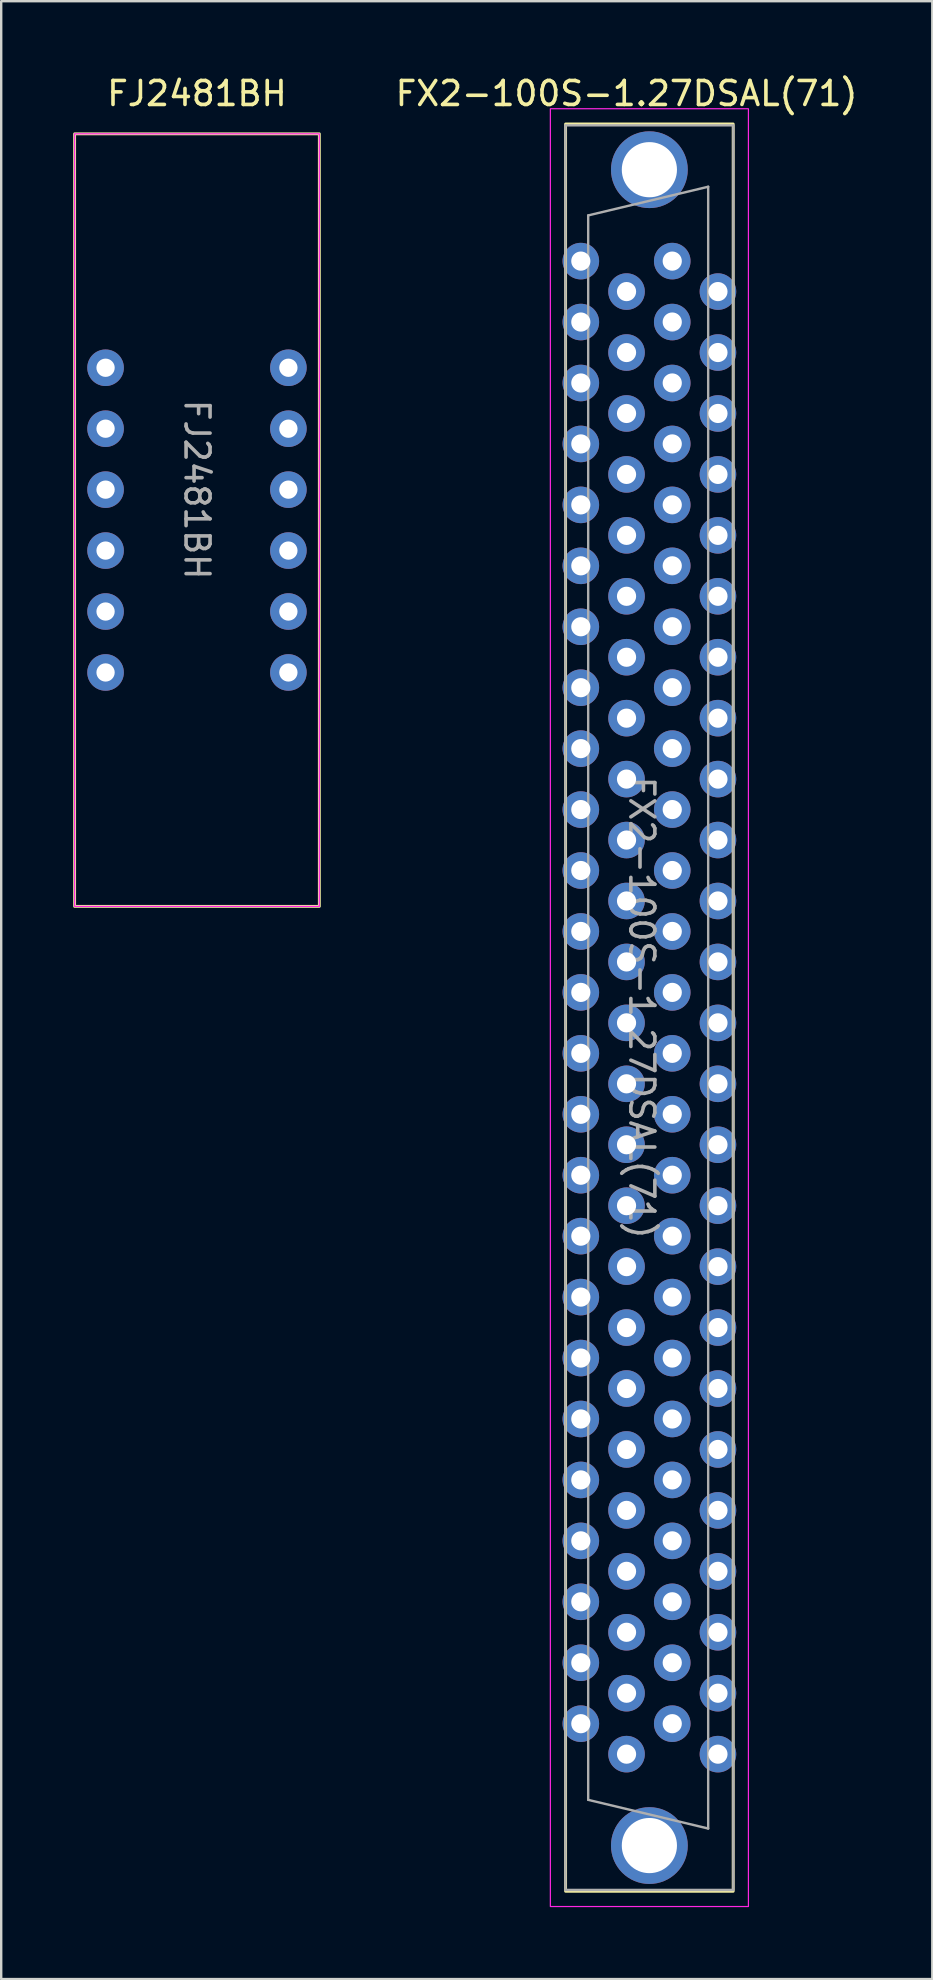
<source format=kicad_pcb>
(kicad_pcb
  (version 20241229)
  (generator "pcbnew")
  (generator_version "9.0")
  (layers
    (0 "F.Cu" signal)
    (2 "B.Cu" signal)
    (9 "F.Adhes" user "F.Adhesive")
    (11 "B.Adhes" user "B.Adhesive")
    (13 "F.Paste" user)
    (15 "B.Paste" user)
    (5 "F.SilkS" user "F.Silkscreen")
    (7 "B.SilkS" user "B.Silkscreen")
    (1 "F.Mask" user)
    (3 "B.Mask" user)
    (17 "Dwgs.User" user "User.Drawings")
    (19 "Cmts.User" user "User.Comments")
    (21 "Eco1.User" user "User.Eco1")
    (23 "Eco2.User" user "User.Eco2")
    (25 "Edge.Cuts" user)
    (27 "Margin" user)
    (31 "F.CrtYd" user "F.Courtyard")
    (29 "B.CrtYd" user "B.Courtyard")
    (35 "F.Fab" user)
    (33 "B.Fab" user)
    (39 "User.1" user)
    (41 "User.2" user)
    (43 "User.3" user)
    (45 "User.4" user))
  (footprint "FJ2481BH"
    (layer "F.Cu")
    (at 1.35 12.278)
    (property "Reference" "FJ2481BH" (at 3.81 -11.43 0) (unlocked yes) (layer "F.SilkS") (effects (font (size 1 1) (thickness 0.15))))
    (attr through_hole)
    (fp_rect (start -1.29 -9.75) (end 8.91 22.45) (stroke (width 0.12) (type solid)) (fill no) (layer "F.SilkS"))
    (fp_rect (start -1.29 -9.75) (end 8.91 22.45) (stroke (width 0.05) (type solid)) (fill no) (layer "F.CrtYd"))
    (fp_text user "${REFERENCE}" (at 3.81 5.08 270) (unlocked yes) (layer "F.Fab") (effects (font (size 1 1) (thickness 0.15))))
    (pad "1" thru_hole circle (at 0 0) (size 1.524 1.524) (drill 0.762) (layers "*.Cu" "*.Mask"))
    (pad "2" thru_hole circle (at 0 2.54) (size 1.524 1.524) (drill 0.762) (layers "*.Cu" "*.Mask"))
    (pad "3" thru_hole circle (at 0 5.08) (size 1.524 1.524) (drill 0.762) (layers "*.Cu" "*.Mask"))
    (pad "4" thru_hole circle (at 0 7.62) (size 1.524 1.524) (drill 0.762) (layers "*.Cu" "*.Mask"))
    (pad "5" thru_hole circle (at 0 10.16) (size 1.524 1.524) (drill 0.762) (layers "*.Cu" "*.Mask"))
    (pad "6" thru_hole circle (at 0 12.7) (size 1.524 1.524) (drill 0.762) (layers "*.Cu" "*.Mask"))
    (pad "7" thru_hole circle (at 7.62 12.7) (size 1.524 1.524) (drill 0.762) (layers "*.Cu" "*.Mask"))
    (pad "8" thru_hole circle (at 7.62 10.16) (size 1.524 1.524) (drill 0.762) (layers "*.Cu" "*.Mask"))
    (pad "9" thru_hole circle (at 7.62 7.62) (size 1.524 1.524) (drill 0.762) (layers "*.Cu" "*.Mask"))
    (pad "10" thru_hole circle (at 7.62 5.08) (size 1.524 1.524) (drill 0.762) (layers "*.Cu" "*.Mask"))
    (pad "11" thru_hole circle (at 7.62 2.54) (size 1.524 1.524) (drill 0.762) (layers "*.Cu" "*.Mask"))
    (pad "12" thru_hole circle (at 7.62 0) (size 1.524 1.524) (drill 0.762) (layers "*.Cu" "*.Mask")))
  (footprint "FX2-100S-1.27DSAL(71)"
    (layer "F.Cu")
    (at 21.159 7.833)
    (property "Reference" "FX2-100S-1.27DSAL(71)" (at 1.905 -6.985 0) (unlocked yes) (layer "F.SilkS") (effects (font (size 1 1) (thickness 0.15))))
    (attr through_hole)
    (fp_rect (start -0.635 -5.715) (end 6.35 67.945) (stroke (width 0.12) (type solid)) (fill no) (layer "F.SilkS"))
    (fp_rect (start -1.27 -6.35) (end 6.985 68.58) (stroke (width 0.05) (type solid)) (fill no) (layer "F.CrtYd"))
    (fp_line (start 0.307 -1.905) (end 0.307 64.135) (stroke (width 0.1) (type solid)) (layer "F.Fab"))
    (fp_line (start 0.307 -1.905) (end 5.308 -3.1) (stroke (width 0.1) (type solid)) (layer "F.Fab"))
    (fp_line (start 0.307 64.135) (end 5.308 65.33) (stroke (width 0.1) (type solid)) (layer "F.Fab"))
    (fp_line (start 5.308 -3.1) (end 5.308 65.33) (stroke (width 0.1) (type solid)) (layer "F.Fab"))
    (fp_rect (start -0.642 -5.66) (end 6.357 67.89) (stroke (width 0.1) (type solid)) (fill no) (layer "F.Fab"))
    (fp_text user "${REFERENCE}" (at 2.54 31.115 270) (unlocked yes) (layer "F.Fab") (effects (font (size 1 1) (thickness 0.15))))
    (pad "a1" thru_hole circle (at 3.81 0) (size 1.524 1.524) (drill 0.8) (layers "*.Cu" "*.Mask"))
    (pad "a2" thru_hole circle (at 5.715 1.27) (size 1.524 1.524) (drill 0.8) (layers "*.Cu" "*.Mask"))
    (pad "a3" thru_hole circle (at 3.81 2.54) (size 1.524 1.524) (drill 0.8) (layers "*.Cu" "*.Mask"))
    (pad "a4" thru_hole circle (at 5.715 3.81) (size 1.524 1.524) (drill 0.8) (layers "*.Cu" "*.Mask"))
    (pad "a5" thru_hole circle (at 3.81 5.08) (size 1.524 1.524) (drill 0.8) (layers "*.Cu" "*.Mask"))
    (pad "a6" thru_hole circle (at 5.715 6.35) (size 1.524 1.524) (drill 0.8) (layers "*.Cu" "*.Mask"))
    (pad "a7" thru_hole circle (at 3.81 7.62) (size 1.524 1.524) (drill 0.8) (layers "*.Cu" "*.Mask"))
    (pad "a8" thru_hole circle (at 5.715 8.89) (size 1.524 1.524) (drill 0.8) (layers "*.Cu" "*.Mask"))
    (pad "a9" thru_hole circle (at 3.81 10.16) (size 1.524 1.524) (drill 0.8) (layers "*.Cu" "*.Mask"))
    (pad "a10" thru_hole circle (at 5.715 11.43) (size 1.524 1.524) (drill 0.8) (layers "*.Cu" "*.Mask"))
    (pad "a11" thru_hole circle (at 3.81 12.7) (size 1.524 1.524) (drill 0.8) (layers "*.Cu" "*.Mask"))
    (pad "a12" thru_hole circle (at 5.715 13.97) (size 1.524 1.524) (drill 0.8) (layers "*.Cu" "*.Mask"))
    (pad "a13" thru_hole circle (at 3.81 15.24) (size 1.524 1.524) (drill 0.8) (layers "*.Cu" "*.Mask"))
    (pad "a14" thru_hole circle (at 5.715 16.51) (size 1.524 1.524) (drill 0.8) (layers "*.Cu" "*.Mask"))
    (pad "a15" thru_hole circle (at 3.81 17.78) (size 1.524 1.524) (drill 0.8) (layers "*.Cu" "*.Mask"))
    (pad "a16" thru_hole circle (at 5.715 19.05) (size 1.524 1.524) (drill 0.8) (layers "*.Cu" "*.Mask"))
    (pad "a17" thru_hole circle (at 3.81 20.32) (size 1.524 1.524) (drill 0.8) (layers "*.Cu" "*.Mask"))
    (pad "a18" thru_hole circle (at 5.715 21.59) (size 1.524 1.524) (drill 0.8) (layers "*.Cu" "*.Mask"))
    (pad "a19" thru_hole circle (at 3.81 22.86) (size 1.524 1.524) (drill 0.8) (layers "*.Cu" "*.Mask"))
    (pad "a20" thru_hole circle (at 5.715 24.13) (size 1.524 1.524) (drill 0.8) (layers "*.Cu" "*.Mask"))
    (pad "a21" thru_hole circle (at 3.81 25.4) (size 1.524 1.524) (drill 0.8) (layers "*.Cu" "*.Mask"))
    (pad "a22" thru_hole circle (at 5.715 26.67) (size 1.524 1.524) (drill 0.8) (layers "*.Cu" "*.Mask"))
    (pad "a23" thru_hole circle (at 3.81 27.94) (size 1.524 1.524) (drill 0.8) (layers "*.Cu" "*.Mask"))
    (pad "a24" thru_hole circle (at 5.715 29.21) (size 1.524 1.524) (drill 0.8) (layers "*.Cu" "*.Mask"))
    (pad "a25" thru_hole circle (at 3.81 30.48) (size 1.524 1.524) (drill 0.8) (layers "*.Cu" "*.Mask"))
    (pad "a26" thru_hole circle (at 5.715 31.75) (size 1.524 1.524) (drill 0.8) (layers "*.Cu" "*.Mask"))
    (pad "a27" thru_hole circle (at 3.81 33.02) (size 1.524 1.524) (drill 0.8) (layers "*.Cu" "*.Mask"))
    (pad "a28" thru_hole circle (at 5.715 34.29) (size 1.524 1.524) (drill 0.8) (layers "*.Cu" "*.Mask"))
    (pad "a29" thru_hole circle (at 3.81 35.56) (size 1.524 1.524) (drill 0.8) (layers "*.Cu" "*.Mask"))
    (pad "a30" thru_hole circle (at 5.715 36.83) (size 1.524 1.524) (drill 0.8) (layers "*.Cu" "*.Mask"))
    (pad "a31" thru_hole circle (at 3.81 38.1) (size 1.524 1.524) (drill 0.8) (layers "*.Cu" "*.Mask"))
    (pad "a32" thru_hole circle (at 5.715 39.37) (size 1.524 1.524) (drill 0.8) (layers "*.Cu" "*.Mask"))
    (pad "a33" thru_hole circle (at 3.81 40.64) (size 1.524 1.524) (drill 0.8) (layers "*.Cu" "*.Mask"))
    (pad "a34" thru_hole circle (at 5.715 41.91) (size 1.524 1.524) (drill 0.8) (layers "*.Cu" "*.Mask"))
    (pad "a35" thru_hole circle (at 3.81 43.18) (size 1.524 1.524) (drill 0.8) (layers "*.Cu" "*.Mask"))
    (pad "a36" thru_hole circle (at 5.715 44.45) (size 1.524 1.524) (drill 0.8) (layers "*.Cu" "*.Mask"))
    (pad "a37" thru_hole circle (at 3.81 45.72) (size 1.524 1.524) (drill 0.8) (layers "*.Cu" "*.Mask"))
    (pad "a38" thru_hole circle (at 5.715 46.99) (size 1.524 1.524) (drill 0.8) (layers "*.Cu" "*.Mask"))
    (pad "a39" thru_hole circle (at 3.81 48.26) (size 1.524 1.524) (drill 0.8) (layers "*.Cu" "*.Mask"))
    (pad "a40" thru_hole circle (at 5.715 49.53) (size 1.524 1.524) (drill 0.8) (layers "*.Cu" "*.Mask"))
    (pad "a41" thru_hole circle (at 3.81 50.8) (size 1.524 1.524) (drill 0.8) (layers "*.Cu" "*.Mask"))
    (pad "a42" thru_hole circle (at 5.715 52.07) (size 1.524 1.524) (drill 0.8) (layers "*.Cu" "*.Mask"))
    (pad "a43" thru_hole circle (at 3.81 53.34) (size 1.524 1.524) (drill 0.8) (layers "*.Cu" "*.Mask"))
    (pad "a44" thru_hole circle (at 5.715 54.61) (size 1.524 1.524) (drill 0.8) (layers "*.Cu" "*.Mask"))
    (pad "a45" thru_hole circle (at 3.81 55.88) (size 1.524 1.524) (drill 0.8) (layers "*.Cu" "*.Mask"))
    (pad "a46" thru_hole circle (at 5.715 57.15) (size 1.524 1.524) (drill 0.8) (layers "*.Cu" "*.Mask"))
    (pad "a47" thru_hole circle (at 3.81 58.42) (size 1.524 1.524) (drill 0.8) (layers "*.Cu" "*.Mask"))
    (pad "a48" thru_hole circle (at 5.715 59.69) (size 1.524 1.524) (drill 0.8) (layers "*.Cu" "*.Mask"))
    (pad "a49" thru_hole circle (at 3.81 60.96) (size 1.524 1.524) (drill 0.8) (layers "*.Cu" "*.Mask"))
    (pad "a50" thru_hole circle (at 5.715 62.23) (size 1.524 1.524) (drill 0.8) (layers "*.Cu" "*.Mask"))
    (pad "b1" thru_hole circle (at 0 0) (size 1.524 1.524) (drill 0.8) (layers "*.Cu" "*.Mask"))
    (pad "b2" thru_hole circle (at 1.905 1.27) (size 1.524 1.524) (drill 0.8) (layers "*.Cu" "*.Mask"))
    (pad "b3" thru_hole circle (at 0 2.54) (size 1.524 1.524) (drill 0.8) (layers "*.Cu" "*.Mask"))
    (pad "b4" thru_hole circle (at 1.905 3.81) (size 1.524 1.524) (drill 0.8) (layers "*.Cu" "*.Mask"))
    (pad "b5" thru_hole circle (at 0 5.08) (size 1.524 1.524) (drill 0.8) (layers "*.Cu" "*.Mask"))
    (pad "b6" thru_hole circle (at 1.905 6.35) (size 1.524 1.524) (drill 0.8) (layers "*.Cu" "*.Mask"))
    (pad "b7" thru_hole circle (at 0 7.62) (size 1.524 1.524) (drill 0.8) (layers "*.Cu" "*.Mask"))
    (pad "b8" thru_hole circle (at 1.905 8.89) (size 1.524 1.524) (drill 0.8) (layers "*.Cu" "*.Mask"))
    (pad "b9" thru_hole circle (at 0 10.16) (size 1.524 1.524) (drill 0.8) (layers "*.Cu" "*.Mask"))
    (pad "b10" thru_hole circle (at 1.905 11.43) (size 1.524 1.524) (drill 0.8) (layers "*.Cu" "*.Mask"))
    (pad "b11" thru_hole circle (at 0 12.7) (size 1.524 1.524) (drill 0.8) (layers "*.Cu" "*.Mask"))
    (pad "b12" thru_hole circle (at 1.905 13.97) (size 1.524 1.524) (drill 0.8) (layers "*.Cu" "*.Mask"))
    (pad "b13" thru_hole circle (at 0 15.24) (size 1.524 1.524) (drill 0.8) (layers "*.Cu" "*.Mask"))
    (pad "b14" thru_hole circle (at 1.905 16.51) (size 1.524 1.524) (drill 0.8) (layers "*.Cu" "*.Mask"))
    (pad "b15" thru_hole circle (at 0 17.78) (size 1.524 1.524) (drill 0.8) (layers "*.Cu" "*.Mask"))
    (pad "b16" thru_hole circle (at 1.905 19.05) (size 1.524 1.524) (drill 0.8) (layers "*.Cu" "*.Mask"))
    (pad "b17" thru_hole circle (at 0 20.32) (size 1.524 1.524) (drill 0.8) (layers "*.Cu" "*.Mask"))
    (pad "b18" thru_hole circle (at 1.905 21.59) (size 1.524 1.524) (drill 0.8) (layers "*.Cu" "*.Mask"))
    (pad "b19" thru_hole circle (at 0 22.86) (size 1.524 1.524) (drill 0.8) (layers "*.Cu" "*.Mask"))
    (pad "b20" thru_hole circle (at 1.905 24.13) (size 1.524 1.524) (drill 0.8) (layers "*.Cu" "*.Mask"))
    (pad "b21" thru_hole circle (at 0 25.4) (size 1.524 1.524) (drill 0.8) (layers "*.Cu" "*.Mask"))
    (pad "b22" thru_hole circle (at 1.905 26.67) (size 1.524 1.524) (drill 0.8) (layers "*.Cu" "*.Mask"))
    (pad "b23" thru_hole circle (at 0 27.94) (size 1.524 1.524) (drill 0.8) (layers "*.Cu" "*.Mask"))
    (pad "b24" thru_hole circle (at 1.905 29.21) (size 1.524 1.524) (drill 0.8) (layers "*.Cu" "*.Mask"))
    (pad "b25" thru_hole circle (at 0 30.48) (size 1.524 1.524) (drill 0.8) (layers "*.Cu" "*.Mask"))
    (pad "b26" thru_hole circle (at 1.905 31.75) (size 1.524 1.524) (drill 0.8) (layers "*.Cu" "*.Mask"))
    (pad "b27" thru_hole circle (at 0 33.02) (size 1.524 1.524) (drill 0.8) (layers "*.Cu" "*.Mask"))
    (pad "b28" thru_hole circle (at 1.905 34.29) (size 1.524 1.524) (drill 0.8) (layers "*.Cu" "*.Mask"))
    (pad "b29" thru_hole circle (at 0 35.56) (size 1.524 1.524) (drill 0.8) (layers "*.Cu" "*.Mask"))
    (pad "b30" thru_hole circle (at 1.905 36.83) (size 1.524 1.524) (drill 0.8) (layers "*.Cu" "*.Mask"))
    (pad "b31" thru_hole circle (at 0 38.1) (size 1.524 1.524) (drill 0.8) (layers "*.Cu" "*.Mask"))
    (pad "b32" thru_hole circle (at 1.905 39.37) (size 1.524 1.524) (drill 0.8) (layers "*.Cu" "*.Mask"))
    (pad "b33" thru_hole circle (at 0 40.64) (size 1.524 1.524) (drill 0.8) (layers "*.Cu" "*.Mask"))
    (pad "b34" thru_hole circle (at 1.905 41.91) (size 1.524 1.524) (drill 0.8) (layers "*.Cu" "*.Mask"))
    (pad "b35" thru_hole circle (at 0 43.18) (size 1.524 1.524) (drill 0.8) (layers "*.Cu" "*.Mask"))
    (pad "b36" thru_hole circle (at 1.905 44.45) (size 1.524 1.524) (drill 0.8) (layers "*.Cu" "*.Mask"))
    (pad "b37" thru_hole circle (at 0 45.72) (size 1.524 1.524) (drill 0.8) (layers "*.Cu" "*.Mask"))
    (pad "b38" thru_hole circle (at 1.905 46.99) (size 1.524 1.524) (drill 0.8) (layers "*.Cu" "*.Mask"))
    (pad "b39" thru_hole circle (at 0 48.26) (size 1.524 1.524) (drill 0.8) (layers "*.Cu" "*.Mask"))
    (pad "b40" thru_hole circle (at 1.905 49.53) (size 1.524 1.524) (drill 0.8) (layers "*.Cu" "*.Mask"))
    (pad "b41" thru_hole circle (at 0 50.8) (size 1.524 1.524) (drill 0.8) (layers "*.Cu" "*.Mask"))
    (pad "b42" thru_hole circle (at 1.905 52.07) (size 1.524 1.524) (drill 0.8) (layers "*.Cu" "*.Mask"))
    (pad "b43" thru_hole circle (at 0 53.34) (size 1.524 1.524) (drill 0.8) (layers "*.Cu" "*.Mask"))
    (pad "b44" thru_hole circle (at 1.905 54.61) (size 1.524 1.524) (drill 0.8) (layers "*.Cu" "*.Mask"))
    (pad "b45" thru_hole circle (at 0 55.88) (size 1.524 1.524) (drill 0.8) (layers "*.Cu" "*.Mask"))
    (pad "b46" thru_hole circle (at 1.905 57.15) (size 1.524 1.524) (drill 0.8) (layers "*.Cu" "*.Mask"))
    (pad "b47" thru_hole circle (at 0 58.42) (size 1.524 1.524) (drill 0.8) (layers "*.Cu" "*.Mask"))
    (pad "b48" thru_hole circle (at 1.905 59.69) (size 1.524 1.524) (drill 0.8) (layers "*.Cu" "*.Mask"))
    (pad "b49" thru_hole circle (at 0 60.96) (size 1.524 1.524) (drill 0.8) (layers "*.Cu" "*.Mask"))
    (pad "b50" thru_hole circle (at 1.905 62.23) (size 1.524 1.524) (drill 0.8) (layers "*.Cu" "*.Mask"))
    (pad "m1" thru_hole circle (at 2.857 -3.81) (size 3.2 3.2) (drill 2.3) (layers "*.Cu" "*.Mask"))
    (pad "m2" thru_hole circle (at 2.857 66.04) (size 3.2 3.2) (drill 2.3) (layers "*.Cu" "*.Mask")))
  (gr_rect
    (start -3 -3)
    (end 35.808 79.438)
    (stroke (width 0.1) (type default))
    (fill no)
    (layer "Edge.Cuts")))
</source>
